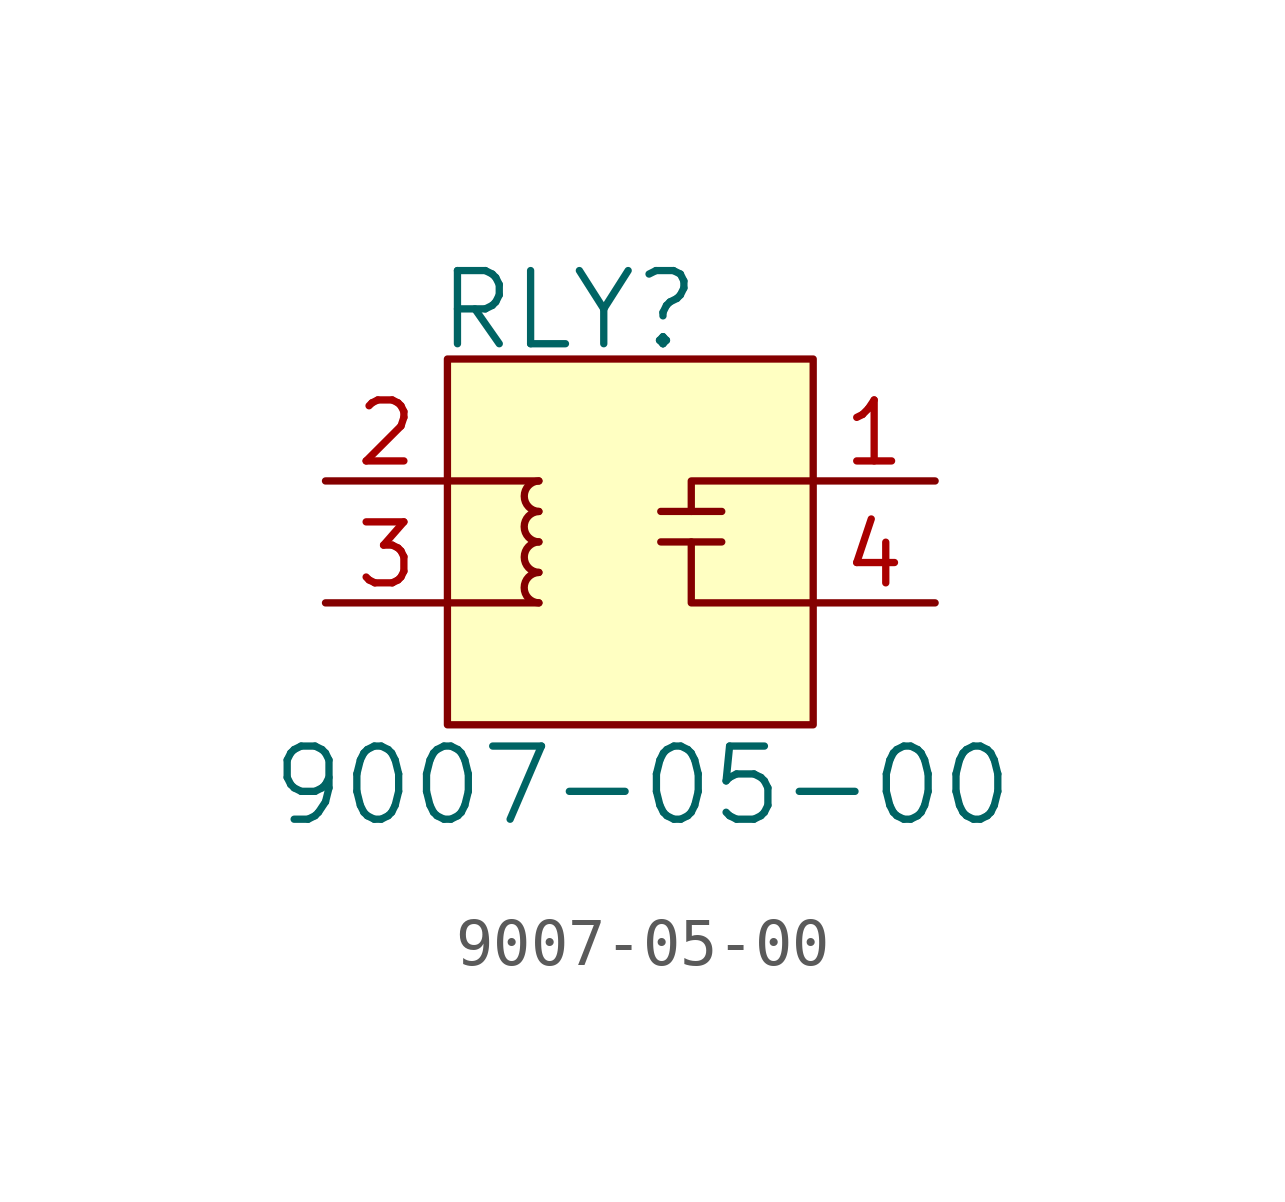
<source format=kicad_sym>
(kicad_symbol_lib
  (version 20231120)
  (generator "kicad_symbol_editor")
  (generator_version "8.0")
  (symbol "9007-05-00"
    (pin_names
      (offset 1.016))
    (property "Reference" "RLY"
      (at -3.556 4.826 0)
      (effects (font (size 1.524 1.524)) (justify left)))
    (property "Value" "9007-05-00"
      (at 0.762 -5.08 0)
      (effects (font (size 1.524 1.524))))
    (symbol "9007-05-00_0_1"
      (rectangle (start -3.302 3.81) (end 4.318 -3.81) (stroke (width 0) (type solid)) (fill (type background)))
      (arc (start -1.397 -0.635) (mid -1.7018 -0.9398) (end -1.397 -1.27) (stroke (width 0) (type solid)) (fill (type none)))
      (arc (start -1.397 0) (mid -1.7018 -0.3048) (end -1.397 -0.635) (stroke (width 0) (type solid)) (fill (type none)))
      (arc (start -1.397 0.635) (mid -1.7018 0.3302) (end -1.397 0) (stroke (width 0) (type solid)) (fill (type none)))
      (arc (start -1.397 1.27) (mid -1.7018 0.9652) (end -1.397 0.635) (stroke (width 0) (type solid)) (fill (type none)))
      (polyline (pts (xy -3.302 -1.27) (xy -1.397 -1.27)) (stroke (width 0) (type solid)) (fill (type none)))
      (polyline (pts (xy -1.397 1.27) (xy -3.302 1.27)) (stroke (width 0) (type solid)) (fill (type none)))
      (polyline (pts (xy 1.143 0.635) (xy 2.413 0.635)) (stroke (width 0) (type solid)) (fill (type none)))
      (polyline (pts (xy 2.413 0) (xy 1.143 0)) (stroke (width 0) (type solid)) (fill (type none)))
      (polyline (pts (xy 1.778 0) (xy 1.778 -1.27) (xy 4.318 -1.27)) (stroke (width 0) (type solid)) (fill (type none)))
      (polyline (pts (xy 4.318 1.27) (xy 1.778 1.27) (xy 1.778 0.635)) (stroke (width 0) (type solid)) (fill (type none))))
    (symbol "9007-05-00_1_1"
      (pin passive line (at 6.858 1.27 180) (length 2.54) (name "~" (effects (font (size 1.27 1.27)))) (number "1" (effects (font (size 1.27 1.27)))))
      (pin power_in line (at -5.842 1.27 0) (length 2.54) (name "~" (effects (font (size 1.27 1.27)))) (number "2" (effects (font (size 1.27 1.27)))))
      (pin power_in line (at -5.842 -1.27 0) (length 2.54) (name "~" (effects (font (size 1.27 1.27)))) (number "3" (effects (font (size 1.27 1.27)))))
      (pin passive line (at 6.858 -1.27 180) (length 2.54) (name "~" (effects (font (size 1.27 1.27)))) (number "4" (effects (font (size 1.27 1.27))))))))
</source>
